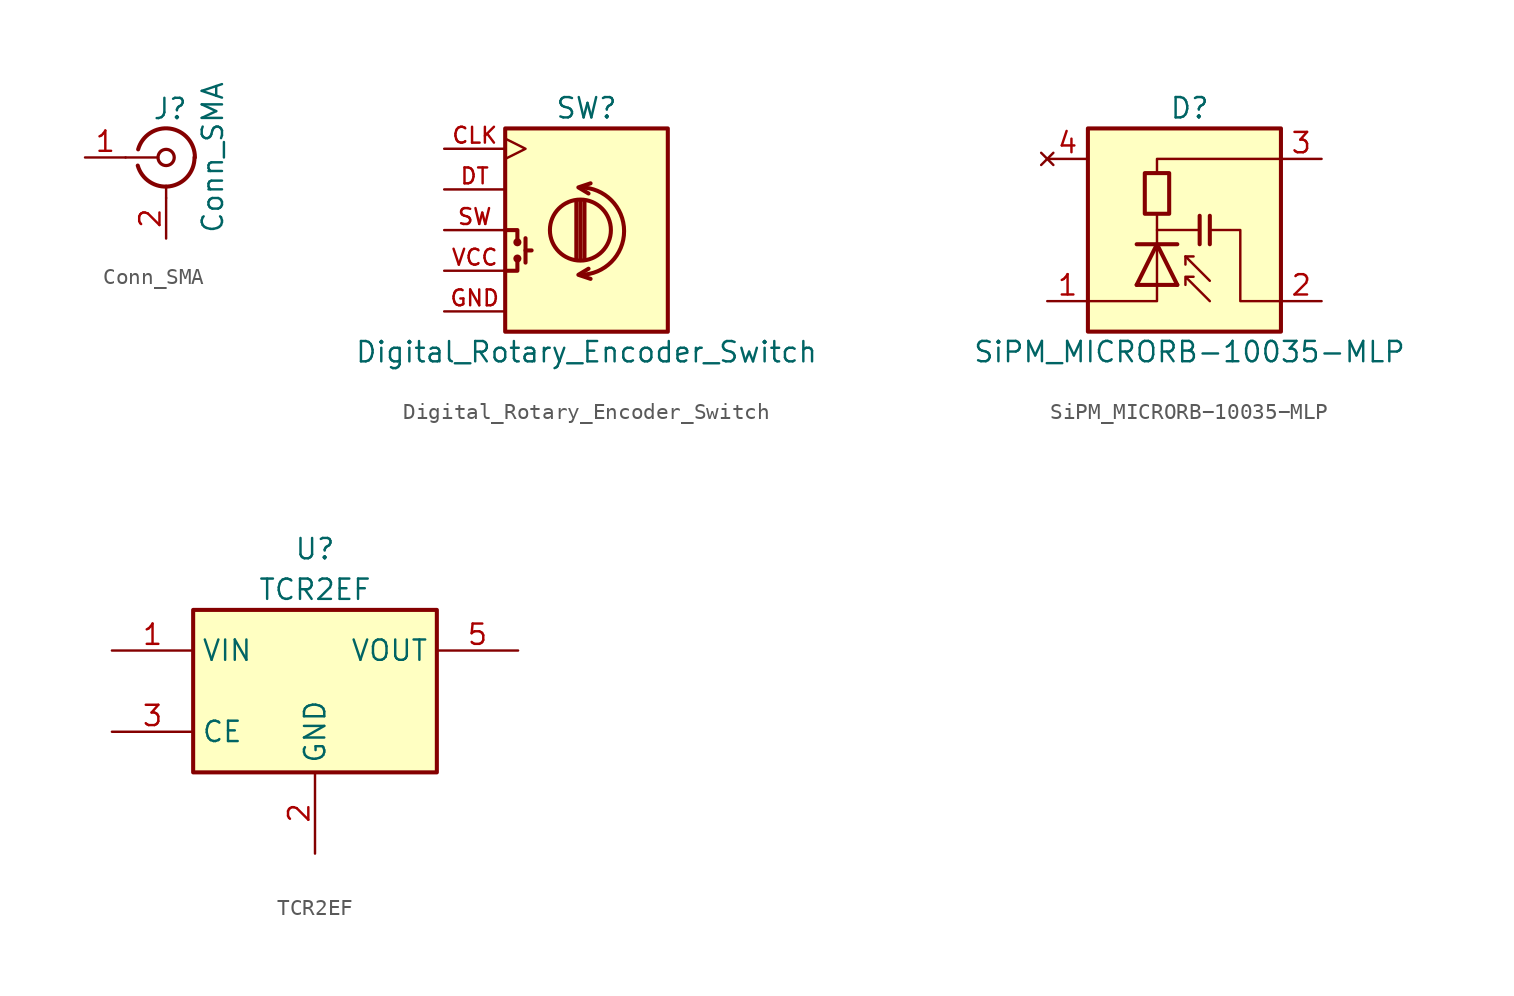
<source format=kicad_sym>
(kicad_symbol_lib
  (version 20211014)
  (generator kicad_symbol_editor)
  (symbol "Conn_SMA"
    (pin_names
      (offset 1.016) hide)
    (property "Reference" "J"
      (at 0.254 3.048 0)
      (effects (font (size 1.27 1.27))))
    (property "Value" "Conn_SMA"
      (at 2.921 0 90)
      (effects (font (size 1.27 1.27))))
    (symbol "Conn_SMA_0_1"
      (arc (start -1.778 -0.508) (mid 0.2311 -1.8066) (end 1.778 0) (stroke (width 0.254) (type default) (color 0 0 0 0)) (fill (type none)))
      (polyline (pts (xy -2.54 0) (xy -0.508 0)) (stroke (width 0) (type default) (color 0 0 0 0)) (fill (type none)))
      (polyline (pts (xy 0 -2.54) (xy 0 -1.778)) (stroke (width 0) (type default) (color 0 0 0 0)) (fill (type none)))
      (circle (center 0 0) (radius 0.508) (stroke (width 0.203) (type default) (color 0 0 0 0)) (fill (type none)))
      (arc (start 1.8034 0) (mid 0.2353 1.8101) (end -1.7526 0.508) (stroke (width 0.254) (type default) (color 0 0 0 0)) (fill (type none))))
    (symbol "Conn_SMA_1_1"
      (pin passive line (at -5.08 0 0) (length 2.54) (name "In" (effects (font (size 1.27 1.27)))) (number "1" (effects (font (size 1.27 1.27)))))
      (pin passive line (at 0 -5.08 90) (length 2.54) (name "Ext" (effects (font (size 1.27 1.27)))) (number "2" (effects (font (size 1.27 1.27)))))))
  (symbol "Digital_Rotary_Encoder_Switch"
    (pin_names
      (offset 0.254) hide)
    (property "Reference" "SW"
      (at 0 7.62 0)
      (effects (font (size 1.27 1.27))))
    (property "Value" "Digital_Rotary_Encoder_Switch"
      (at 0 -7.62 0)
      (effects (font (size 1.27 1.27))))
    (symbol "Digital_Rotary_Encoder_Switch_0_1"
      (rectangle (start -5.08 6.35) (end 5.08 -6.35) (stroke (width 0.254) (type default) (color 0 0 0 0)) (fill (type background)))
      (arc (start -0.381 -2.794) (mid 2.3622 -0.0508) (end -0.381 2.667) (stroke (width 0.254) (type default) (color 0 0 0 0)) (fill (type none)))
      (circle (center -0.381 0) (radius 1.905) (stroke (width 0.254) (type default) (color 0 0 0 0)) (fill (type none)))
      (polyline (pts (xy -0.635 -1.778) (xy -0.635 1.778)) (stroke (width 0.254) (type default) (color 0 0 0 0)) (fill (type none)))
      (polyline (pts (xy -0.381 -1.778) (xy -0.381 1.778)) (stroke (width 0.254) (type default) (color 0 0 0 0)) (fill (type none)))
      (polyline (pts (xy -0.127 1.778) (xy -0.127 -1.778)) (stroke (width 0.254) (type default) (color 0 0 0 0)) (fill (type none)))
      (polyline (pts (xy 0.254 -3.048) (xy -0.508 -2.794) (xy 0.127 -2.413)) (stroke (width 0.254) (type default) (color 0 0 0 0)) (fill (type none)))
      (polyline (pts (xy 0.254 2.921) (xy -0.508 2.667) (xy 0.127 2.286)) (stroke (width 0.254) (type default) (color 0 0 0 0)) (fill (type none))))
    (symbol "Digital_Rotary_Encoder_Switch_1_1"
      (circle (center -4.318 -1.778) (radius 0.127) (stroke (width 0.254) (type default) (color 0 0 0 0)) (fill (type none)))
      (circle (center -4.318 -0.762) (radius 0.127) (stroke (width 0.254) (type default) (color 0 0 0 0)) (fill (type none)))
      (polyline (pts (xy -3.81 -2.032) (xy -3.81 -0.508)) (stroke (width 0.254) (type default) (color 0 0 0 0)) (fill (type none)))
      (polyline (pts (xy -3.81 -1.27) (xy -3.429 -1.27)) (stroke (width 0.254) (type default) (color 0 0 0 0)) (fill (type none)))
      (polyline (pts (xy -5.08 -2.54) (xy -4.318 -2.54) (xy -4.318 -1.778)) (stroke (width 0.254) (type default) (color 0 0 0 0)) (fill (type none)))
      (polyline (pts (xy -5.08 0) (xy -4.318 0) (xy -4.318 -0.762)) (stroke (width 0.254) (type default) (color 0 0 0 0)) (fill (type none)))
      (pin input clock (at -8.89 5.08 0) (length 3.81) (name "CLK" (effects (font (size 0.991 0.991)))) (number "CLK" (effects (font (size 0.991 0.991)))))
      (pin bidirectional line (at -8.89 2.54 0) (length 3.81) (name "DT" (effects (font (size 0.991 0.991)))) (number "DT" (effects (font (size 0.991 0.991)))))
      (pin power_in line (at -8.89 -5.08 0) (length 3.81) (name "GND" (effects (font (size 0.991 0.991)))) (number "GND" (effects (font (size 0.991 0.991)))))
      (pin output line (at -8.89 0 0) (length 3.81) (name "SW" (effects (font (size 0.991 0.991)))) (number "SW" (effects (font (size 0.991 0.991)))))
      (pin power_in line (at -8.89 -2.54 0) (length 3.81) (name "VCC" (effects (font (size 0.991 0.991)))) (number "VCC" (effects (font (size 0.991 0.991)))))))
  (symbol "SiPM_MICRORB−10035−MLP"
    (pin_names hide)
    (property "Reference" "D"
      (at -0.635 7.62 0)
      (effects (font (size 1.27 1.27)) (justify left)))
    (property "Value" "SiPM_MICRORB−10035−MLP"
      (at 0.635 -7.62 0)
      (effects (font (size 1.27 1.27))))
    (symbol "SiPM_MICRORB−10035−MLP_0_1"
      (rectangle (start -5.715 6.35) (end 6.35 -6.35) (stroke (width 0.254) (type default) (color 0 0 0 0)) (fill (type background)))
      (rectangle (start -2.159 3.556) (end -0.635 1.016) (stroke (width 0.254) (type default) (color 0 0 0 0)) (fill (type none)))
      (polyline (pts (xy -1.397 -0.889) (xy -1.397 -3.429)) (stroke (width 0) (type default) (color 0 0 0 0)) (fill (type none)))
      (polyline (pts (xy -1.397 -0.889) (xy -1.397 1.016)) (stroke (width 0) (type default) (color 0 0 0 0)) (fill (type none)))
      (polyline (pts (xy -1.397 0) (xy 1.27 0)) (stroke (width 0) (type default) (color 0 0 0 0)) (fill (type none)))
      (polyline (pts (xy -0.127 -3.429) (xy -2.667 -3.429)) (stroke (width 0.254) (type default) (color 0 0 0 0)) (fill (type none)))
      (polyline (pts (xy -0.127 -0.889) (xy -2.667 -0.889)) (stroke (width 0.254) (type default) (color 0 0 0 0)) (fill (type none)))
      (polyline (pts (xy 0.381 -1.651) (xy 0.381 -2.159)) (stroke (width 0) (type default) (color 0 0 0 0)) (fill (type none)))
      (polyline (pts (xy 1.27 0.889) (xy 1.27 -0.889)) (stroke (width 0.254) (type default) (color 0 0 0 0)) (fill (type none)))
      (polyline (pts (xy 1.905 -0.889) (xy 1.905 0.889)) (stroke (width 0.254) (type default) (color 0 0 0 0)) (fill (type none)))
      (polyline (pts (xy -1.397 -3.429) (xy -1.397 -4.445) (xy -5.715 -4.445)) (stroke (width 0) (type default) (color 0 0 0 0)) (fill (type none)))
      (polyline (pts (xy -1.397 3.556) (xy -1.397 4.445) (xy 6.35 4.445)) (stroke (width 0) (type default) (color 0 0 0 0)) (fill (type none)))
      (polyline (pts (xy -0.127 -3.429) (xy -1.397 -0.889) (xy -2.667 -3.429)) (stroke (width 0.254) (type default) (color 0 0 0 0)) (fill (type none)))
      (polyline (pts (xy 1.905 -3.175) (xy 0.381 -1.651) (xy 0.889 -1.651)) (stroke (width 0) (type default) (color 0 0 0 0)) (fill (type none)))
      (polyline (pts (xy 2.032 0) (xy 3.81 0) (xy 3.81 -4.445) (xy 6.35 -4.445)) (stroke (width 0) (type default) (color 0 0 0 0)) (fill (type none)))
      (polyline (pts (xy 1.905 -4.445) (xy 0.381 -2.921) (xy 0.889 -2.921) (xy 0.381 -2.921) (xy 0.381 -3.429)) (stroke (width 0) (type default) (color 0 0 0 0)) (fill (type none))))
    (symbol "SiPM_MICRORB−10035−MLP_1_1"
      (pin passive line (at -8.255 -4.445 0) (length 2.54) (name "Annode" (effects (font (size 1.27 1.27)))) (number "1" (effects (font (size 1.27 1.27)))))
      (pin passive line (at 8.89 -4.445 180) (length 2.54) (name "Fast_Output" (effects (font (size 1.27 1.27)))) (number "2" (effects (font (size 1.27 1.27)))))
      (pin passive line (at 8.89 4.445 180) (length 2.54) (name "Cathode" (effects (font (size 1.27 1.27)))) (number "3" (effects (font (size 1.27 1.27)))))
      (pin no_connect line (at -8.255 4.445 0) (length 2.54) (name "NC" (effects (font (size 1.27 1.27)))) (number "4" (effects (font (size 1.27 1.27)))))))
  (symbol "TCR2EF"
    (property "Reference" "U"
      (at 0 8.89 0)
      (effects (font (size 1.27 1.27))))
    (property "Value" "TCR2EF"
      (at 0 6.35 0)
      (effects (font (size 1.27 1.27))))
    (symbol "TCR2EF_0_1"
      (rectangle (start -7.62 5.08) (end 7.62 -5.08) (stroke (width 0.254) (type default) (color 0 0 0 0)) (fill (type background))))
    (symbol "TCR2EF_1_1"
      (pin power_in line (at -12.7 2.54 0) (length 5.08) (name "VIN" (effects (font (size 1.27 1.27)))) (number "1" (effects (font (size 1.27 1.27)))))
      (pin power_in line (at 0 -10.16 90) (length 5.08) (name "GND" (effects (font (size 1.27 1.27)))) (number "2" (effects (font (size 1.27 1.27)))))
      (pin input line (at -12.7 -2.54 0) (length 5.08) (name "CE" (effects (font (size 1.27 1.27)))) (number "3" (effects (font (size 1.27 1.27)))))
      (pin no_connect line (at 7.62 -2.54 180) (length 5.08) hide (name "NC" (effects (font (size 1.27 1.27)))) (number "4" (effects (font (size 1.27 1.27)))))
      (pin power_out line (at 12.7 2.54 180) (length 5.08) (name "VOUT" (effects (font (size 1.27 1.27)))) (number "5" (effects (font (size 1.27 1.27))))))))
</source>
